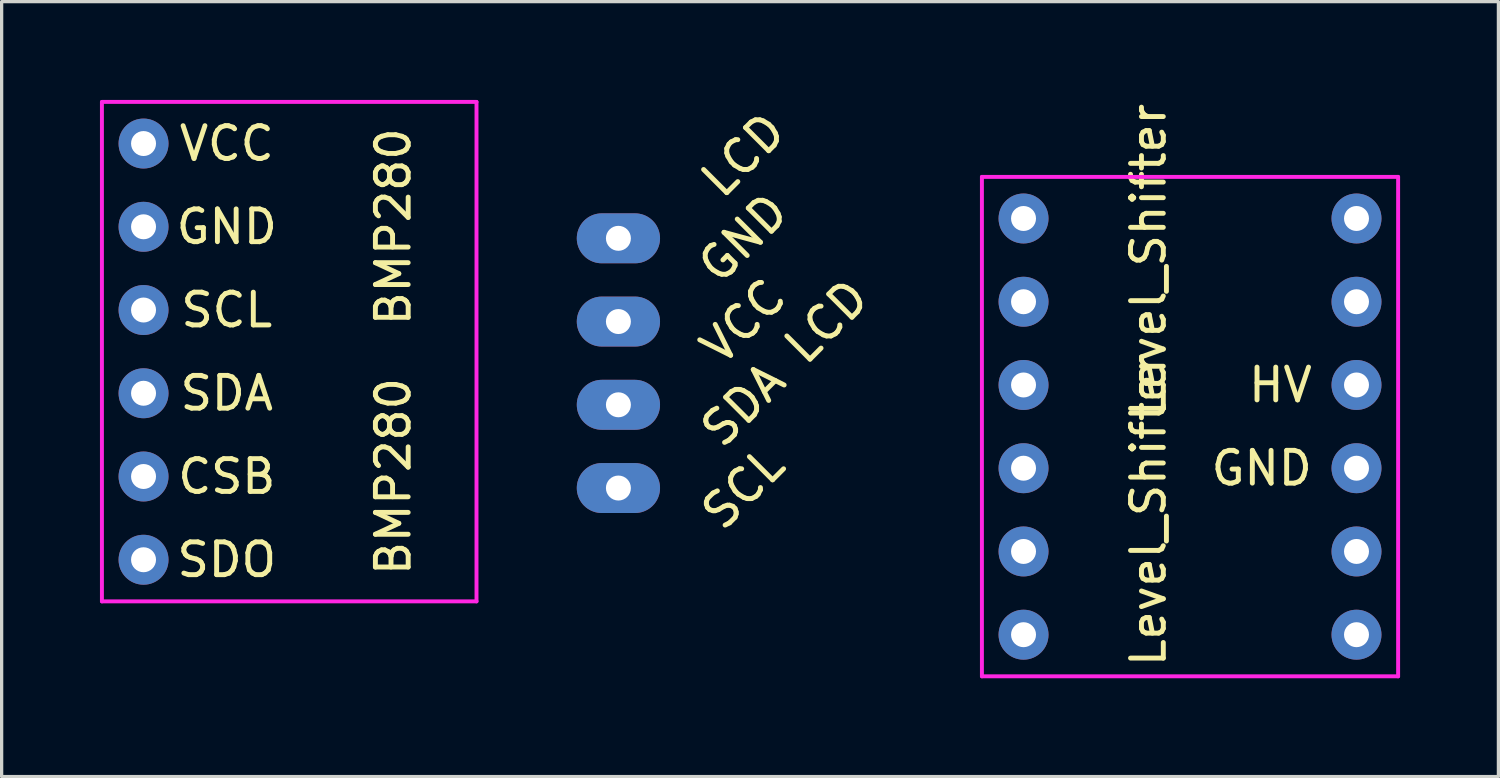
<source format=kicad_pcb>
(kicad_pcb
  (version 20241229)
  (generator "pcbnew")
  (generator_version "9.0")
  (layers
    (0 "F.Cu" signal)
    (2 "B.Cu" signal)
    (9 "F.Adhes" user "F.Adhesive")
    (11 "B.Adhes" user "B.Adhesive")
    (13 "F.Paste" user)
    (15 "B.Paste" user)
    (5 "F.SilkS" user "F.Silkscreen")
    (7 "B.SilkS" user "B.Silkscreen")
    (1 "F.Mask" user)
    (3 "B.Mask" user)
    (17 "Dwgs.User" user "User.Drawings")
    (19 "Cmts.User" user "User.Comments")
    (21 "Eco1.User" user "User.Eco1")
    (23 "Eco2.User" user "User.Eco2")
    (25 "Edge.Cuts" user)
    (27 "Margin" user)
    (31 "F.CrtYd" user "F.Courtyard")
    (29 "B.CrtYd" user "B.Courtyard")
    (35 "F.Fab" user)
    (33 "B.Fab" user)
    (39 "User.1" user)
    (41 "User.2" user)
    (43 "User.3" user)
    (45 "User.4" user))
  (footprint "BMP280"
    (layer "F.Cu")
    (at 1.33 1.33)
    (property "Reference" "BMP280" (at 7.62 2.54 90) (layer "F.SilkS") (effects (font (size 1 1) (thickness 0.15))))
    (attr through_hole)
    (fp_line (start -1.27 -1.27) (end 10.16 -1.27) (stroke (width 0.12) (type solid)) (layer "F.CrtYd"))
    (fp_line (start -1.27 13.97) (end -1.27 -1.27) (stroke (width 0.12) (type solid)) (layer "F.CrtYd"))
    (fp_line (start 10.16 -1.27) (end 10.16 13.97) (stroke (width 0.12) (type solid)) (layer "F.CrtYd"))
    (fp_line (start 10.16 13.97) (end -1.27 13.97) (stroke (width 0.12) (type solid)) (layer "F.CrtYd"))
    (fp_text user "GND" (at 2.54 2.54 0) (layer "F.SilkS") (effects (font (size 1 1) (thickness 0.15))))
    (fp_text user "CSB" (at 2.54 10.16 0) (layer "F.SilkS") (effects (font (size 1 1) (thickness 0.15))))
    (fp_text user "SDA" (at 2.54 7.62 0) (layer "F.SilkS") (effects (font (size 1 1) (thickness 0.15))))
    (fp_text user "SCL" (at 2.54 5.08 0) (layer "F.SilkS") (effects (font (size 1 1) (thickness 0.15))))
    (fp_text user "BMP280" (at 7.62 10.16 90) (layer "F.SilkS") (effects (font (size 1 1) (thickness 0.15))))
    (fp_text user "SDO" (at 2.54 12.7 0) (layer "F.SilkS") (effects (font (size 1 1) (thickness 0.15))))
    (fp_text user "VCC" (at 2.54 0 0) (layer "F.SilkS") (effects (font (size 1 1) (thickness 0.15))))
    (pad "1" thru_hole circle (at 0 0) (size 1.524 1.524) (drill 0.762) (layers "*.Cu" "*.Mask"))
    (pad "2" thru_hole circle (at 0 2.54) (size 1.524 1.524) (drill 0.762) (layers "*.Cu" "*.Mask"))
    (pad "3" thru_hole circle (at 0 5.08) (size 1.524 1.524) (drill 0.762) (layers "*.Cu" "*.Mask"))
    (pad "4" thru_hole circle (at 0 7.62) (size 1.524 1.524) (drill 0.762) (layers "*.Cu" "*.Mask"))
    (pad "5" thru_hole circle (at 0 10.16) (size 1.524 1.524) (drill 0.762) (layers "*.Cu" "*.Mask"))
    (pad "6" thru_hole circle (at 0 12.7) (size 1.524 1.524) (drill 0.762) (layers "*.Cu" "*.Mask")))
  (footprint "Level_Shifter"
    (layer "F.Cu")
    (at 28.182 3.617)
    (property "Reference" "Level_Shifter" (at 3.81 1.27 90) (layer "F.SilkS") (effects (font (size 1 1) (thickness 0.15))))
    (attr through_hole)
    (fp_line (start -1.27 -1.27) (end 11.43 -1.27) (stroke (width 0.12) (type solid)) (layer "F.CrtYd"))
    (fp_line (start -1.27 13.97) (end -1.27 -1.27) (stroke (width 0.12) (type solid)) (layer "F.CrtYd"))
    (fp_line (start 11.43 -1.27) (end 11.43 13.97) (stroke (width 0.12) (type solid)) (layer "F.CrtYd"))
    (fp_line (start 11.43 13.97) (end -1.27 13.97) (stroke (width 0.12) (type solid)) (layer "F.CrtYd"))
    (fp_text user "Level_Shifter" (at 3.81 8.89 270) (layer "F.SilkS") (effects (font (size 1 1) (thickness 0.15))))
    (fp_text user "HV" (at 8.89 5.08 0) (layer "F.SilkS") (effects (font (size 1 1) (thickness 0.15)) (justify right)))
    (fp_text user "GND" (at 8.89 7.62 0) (layer "F.SilkS") (effects (font (size 1 1) (thickness 0.15)) (justify right)))
    (pad "1" thru_hole circle (at 0 0) (size 1.524 1.524) (drill 0.762) (layers "*.Cu" "*.Mask"))
    (pad "2" thru_hole circle (at 0 2.54) (size 1.524 1.524) (drill 0.762) (layers "*.Cu" "*.Mask"))
    (pad "3" thru_hole circle (at 0 5.08) (size 1.524 1.524) (drill 0.762) (layers "*.Cu" "*.Mask"))
    (pad "4" thru_hole circle (at 0 7.62) (size 1.524 1.524) (drill 0.762) (layers "*.Cu" "*.Mask"))
    (pad "5" thru_hole circle (at 0 10.16) (size 1.524 1.524) (drill 0.762) (layers "*.Cu" "*.Mask"))
    (pad "6" thru_hole circle (at 0 12.7) (size 1.524 1.524) (drill 0.762) (layers "*.Cu" "*.Mask"))
    (pad "7" thru_hole circle (at 10.16 12.7) (size 1.524 1.524) (drill 0.762) (layers "*.Cu" "*.Mask"))
    (pad "8" thru_hole circle (at 10.16 10.16) (size 1.524 1.524) (drill 0.762) (layers "*.Cu" "*.Mask"))
    (pad "9" thru_hole circle (at 10.16 7.62) (size 1.524 1.524) (drill 0.762) (layers "*.Cu" "*.Mask"))
    (pad "10" thru_hole circle (at 10.16 5.08) (size 1.524 1.524) (drill 0.762) (layers "*.Cu" "*.Mask"))
    (pad "11" thru_hole circle (at 10.16 2.54) (size 1.524 1.524) (drill 0.762) (layers "*.Cu" "*.Mask"))
    (pad "12" thru_hole circle (at 10.16 0) (size 1.524 1.524) (drill 0.762) (layers "*.Cu" "*.Mask")))
  (footprint "LCD"
    (layer "F.Cu")
    (at 15.82 4.222)
    (property "Reference" "LCD" (at 3.81 -2.54 45) (layer "F.SilkS") (effects (font (size 1 1) (thickness 0.15))))
    (attr through_hole)
    (fp_text user "SDA" (at 3.81 5.08 45) (layer "F.SilkS") (effects (font (size 1 1) (thickness 0.15))))
    (fp_text user "LCD" (at 6.35 2.54 45) (layer "F.SilkS") (effects (font (size 1 1) (thickness 0.15))))
    (fp_text user "VCC" (at 3.81 2.54 45) (layer "F.SilkS") (effects (font (size 1 1) (thickness 0.15))))
    (fp_text user "GND" (at 3.81 0 45) (layer "F.SilkS") (effects (font (size 1 1) (thickness 0.15))))
    (fp_text user "SCL" (at 3.81 7.62 45) (layer "F.SilkS") (effects (font (size 1 1) (thickness 0.15))))
    (pad "1" thru_hole oval (at 0 0) (size 2.54 1.524) (drill 0.762) (layers "*.Cu" "*.Mask"))
    (pad "2" thru_hole oval (at 0 2.54) (size 2.54 1.524) (drill 0.762) (layers "*.Cu" "*.Mask"))
    (pad "3" thru_hole oval (at 0 5.08) (size 2.54 1.524) (drill 0.762) (layers "*.Cu" "*.Mask"))
    (pad "4" thru_hole oval (at 0 7.62) (size 2.54 1.524) (drill 0.762) (layers "*.Cu" "*.Mask")))
  (gr_rect
    (start -3 -3)
    (end 42.672 20.647)
    (stroke (width 0.1) (type default))
    (fill no)
    (layer "Edge.Cuts")))
</source>
